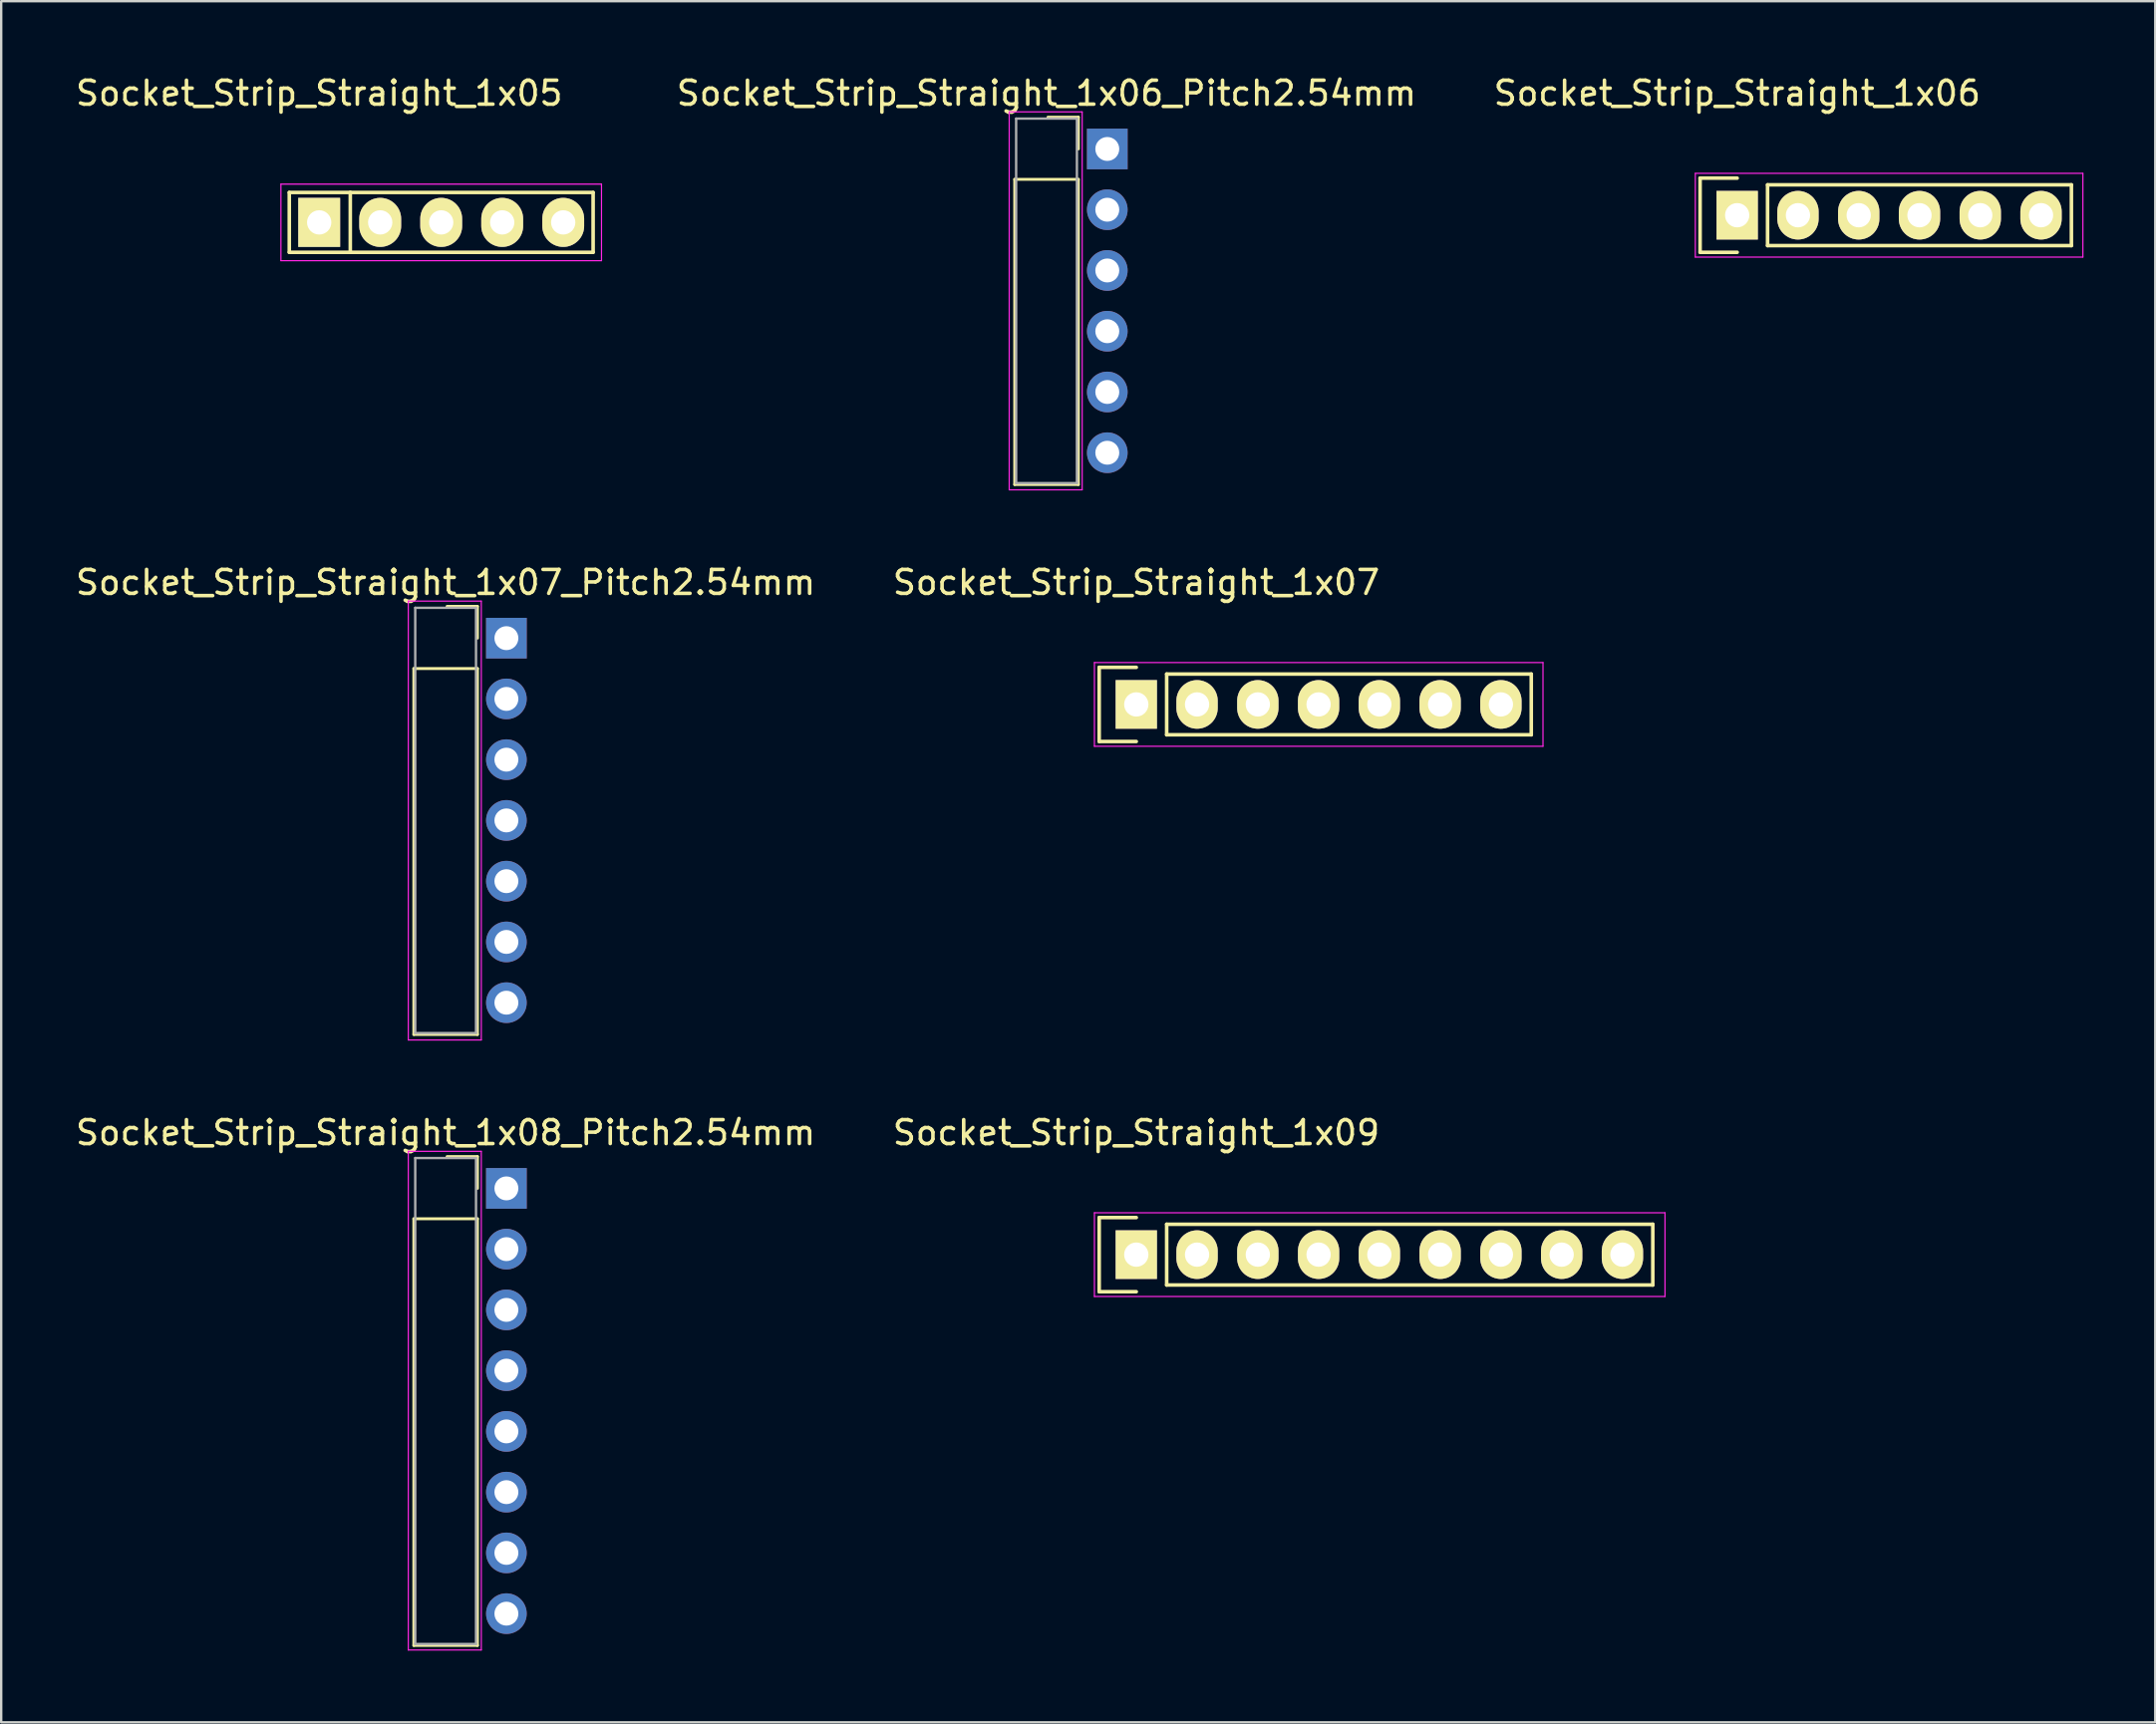
<source format=kicad_pcb>
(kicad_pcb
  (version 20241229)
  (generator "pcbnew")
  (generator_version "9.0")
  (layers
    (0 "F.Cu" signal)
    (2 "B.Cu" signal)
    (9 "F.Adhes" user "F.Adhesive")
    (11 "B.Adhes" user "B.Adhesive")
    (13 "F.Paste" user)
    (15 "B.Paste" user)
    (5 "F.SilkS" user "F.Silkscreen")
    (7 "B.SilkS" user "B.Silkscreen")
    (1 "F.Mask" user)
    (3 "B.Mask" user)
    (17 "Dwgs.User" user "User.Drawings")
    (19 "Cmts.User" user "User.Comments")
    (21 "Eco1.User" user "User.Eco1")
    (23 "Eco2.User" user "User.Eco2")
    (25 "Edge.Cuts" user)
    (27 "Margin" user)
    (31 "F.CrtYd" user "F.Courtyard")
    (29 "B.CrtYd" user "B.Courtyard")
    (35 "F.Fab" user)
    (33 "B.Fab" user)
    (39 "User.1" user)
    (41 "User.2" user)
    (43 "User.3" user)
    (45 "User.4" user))
  (footprint "Socket_Strip_Straight_1x06_Pitch2.54mm"
    (layer "F.Cu")
    (at 43.234 3.178)
    (property "Reference" "Socket_Strip_Straight_1x06_Pitch2.54mm" (at -2.54 -2.33 0) (layer "F.SilkS") (effects (font (size 1 1) (thickness 0.15))))
    (attr through_hole)
    (fp_line (start -3.87 1.27) (end -3.87 14.03) (stroke (width 0.12) (type solid)) (layer "F.SilkS"))
    (fp_line (start -3.87 14.03) (end -1.21 14.03) (stroke (width 0.12) (type solid)) (layer "F.SilkS"))
    (fp_line (start -1.21 -1.33) (end -2.48 -1.33) (stroke (width 0.12) (type solid)) (layer "F.SilkS"))
    (fp_line (start -1.21 0) (end -1.21 -1.33) (stroke (width 0.12) (type solid)) (layer "F.SilkS"))
    (fp_line (start -1.21 1.27) (end -3.87 1.27) (stroke (width 0.12) (type solid)) (layer "F.SilkS"))
    (fp_line (start -1.21 14.03) (end -1.21 1.27) (stroke (width 0.12) (type solid)) (layer "F.SilkS"))
    (fp_line (start -4.1 -1.55) (end -4.1 14.25) (stroke (width 0.05) (type solid)) (layer "F.CrtYd"))
    (fp_line (start -4.1 14.25) (end -1.05 14.25) (stroke (width 0.05) (type solid)) (layer "F.CrtYd"))
    (fp_line (start -1.05 -1.55) (end -4.1 -1.55) (stroke (width 0.05) (type solid)) (layer "F.CrtYd"))
    (fp_line (start -1.05 14.25) (end -1.05 -1.55) (stroke (width 0.05) (type solid)) (layer "F.CrtYd"))
    (fp_line (start -3.81 -1.27) (end -3.81 13.97) (stroke (width 0.1) (type solid)) (layer "F.Fab"))
    (fp_line (start -3.81 13.97) (end -1.27 13.97) (stroke (width 0.1) (type solid)) (layer "F.Fab"))
    (fp_line (start -1.27 -1.27) (end -3.81 -1.27) (stroke (width 0.1) (type solid)) (layer "F.Fab"))
    (fp_line (start -1.27 13.97) (end -1.27 -1.27) (stroke (width 0.1) (type solid)) (layer "F.Fab"))
    (pad "1" thru_hole rect (at 0 0) (size 1.7 1.7) (drill 1) (layers "*.Cu" "*.Mask"))
    (pad "2" thru_hole oval (at 0 2.54) (size 1.7 1.7) (drill 1) (layers "*.Cu" "*.Mask"))
    (pad "3" thru_hole oval (at 0 5.08) (size 1.7 1.7) (drill 1) (layers "*.Cu" "*.Mask"))
    (pad "4" thru_hole oval (at 0 7.62) (size 1.7 1.7) (drill 1) (layers "*.Cu" "*.Mask"))
    (pad "5" thru_hole oval (at 0 10.16) (size 1.7 1.7) (drill 1) (layers "*.Cu" "*.Mask"))
    (pad "6" thru_hole oval (at 0 12.7) (size 1.7 1.7) (drill 1) (layers "*.Cu" "*.Mask")))
  (footprint "Socket_Strip_Straight_1x07_Pitch2.54mm"
    (layer "F.Cu")
    (at 18.117 23.631)
    (property "Reference" "Socket_Strip_Straight_1x07_Pitch2.54mm" (at -2.54 -2.33 0) (layer "F.SilkS") (effects (font (size 1 1) (thickness 0.15))))
    (attr through_hole)
    (fp_line (start -3.87 1.27) (end -3.87 16.57) (stroke (width 0.12) (type solid)) (layer "F.SilkS"))
    (fp_line (start -3.87 16.57) (end -1.21 16.57) (stroke (width 0.12) (type solid)) (layer "F.SilkS"))
    (fp_line (start -1.21 -1.33) (end -2.48 -1.33) (stroke (width 0.12) (type solid)) (layer "F.SilkS"))
    (fp_line (start -1.21 0) (end -1.21 -1.33) (stroke (width 0.12) (type solid)) (layer "F.SilkS"))
    (fp_line (start -1.21 1.27) (end -3.87 1.27) (stroke (width 0.12) (type solid)) (layer "F.SilkS"))
    (fp_line (start -1.21 16.57) (end -1.21 1.27) (stroke (width 0.12) (type solid)) (layer "F.SilkS"))
    (fp_line (start -4.1 -1.55) (end -4.1 16.8) (stroke (width 0.05) (type solid)) (layer "F.CrtYd"))
    (fp_line (start -4.1 16.8) (end -1.05 16.8) (stroke (width 0.05) (type solid)) (layer "F.CrtYd"))
    (fp_line (start -1.05 -1.55) (end -4.1 -1.55) (stroke (width 0.05) (type solid)) (layer "F.CrtYd"))
    (fp_line (start -1.05 16.8) (end -1.05 -1.55) (stroke (width 0.05) (type solid)) (layer "F.CrtYd"))
    (fp_line (start -3.81 -1.27) (end -3.81 16.51) (stroke (width 0.1) (type solid)) (layer "F.Fab"))
    (fp_line (start -3.81 16.51) (end -1.27 16.51) (stroke (width 0.1) (type solid)) (layer "F.Fab"))
    (fp_line (start -1.27 -1.27) (end -3.81 -1.27) (stroke (width 0.1) (type solid)) (layer "F.Fab"))
    (fp_line (start -1.27 16.51) (end -1.27 -1.27) (stroke (width 0.1) (type solid)) (layer "F.Fab"))
    (pad "1" thru_hole rect (at 0 0) (size 1.7 1.7) (drill 1) (layers "*.Cu" "*.Mask"))
    (pad "2" thru_hole oval (at 0 2.54) (size 1.7 1.7) (drill 1) (layers "*.Cu" "*.Mask"))
    (pad "3" thru_hole oval (at 0 5.08) (size 1.7 1.7) (drill 1) (layers "*.Cu" "*.Mask"))
    (pad "4" thru_hole oval (at 0 7.62) (size 1.7 1.7) (drill 1) (layers "*.Cu" "*.Mask"))
    (pad "5" thru_hole oval (at 0 10.16) (size 1.7 1.7) (drill 1) (layers "*.Cu" "*.Mask"))
    (pad "6" thru_hole oval (at 0 12.7) (size 1.7 1.7) (drill 1) (layers "*.Cu" "*.Mask"))
    (pad "7" thru_hole oval (at 0 15.24) (size 1.7 1.7) (drill 1) (layers "*.Cu" "*.Mask")))
  (footprint "Socket_Strip_Straight_1x05"
    (layer "F.Cu")
    (at 10.292 6.248)
    (property "Reference" "Socket_Strip_Straight_1x05" (at 0 -5.4 0) (layer "F.SilkS") (effects (font (size 1 1) (thickness 0.15))))
    (attr through_hole)
    (fp_line (start -1.25 -1.25) (end 1.3 -1.25) (stroke (width 0.15) (type solid)) (layer "F.SilkS"))
    (fp_line (start -1.25 1.25) (end -1.25 -1.25) (stroke (width 0.15) (type solid)) (layer "F.SilkS"))
    (fp_line (start -1.25 1.25) (end 1.3 1.25) (stroke (width 0.15) (type solid)) (layer "F.SilkS"))
    (fp_line (start 1.3 1.25) (end 1.3 -1.25) (stroke (width 0.15) (type solid)) (layer "F.SilkS"))
    (fp_line (start 1.3 1.25) (end 11.45 1.25) (stroke (width 0.15) (type solid)) (layer "F.SilkS"))
    (fp_line (start 11.45 -1.25) (end 1.3 -1.25) (stroke (width 0.15) (type solid)) (layer "F.SilkS"))
    (fp_line (start 11.45 1.25) (end 11.45 -1.25) (stroke (width 0.15) (type solid)) (layer "F.SilkS"))
    (fp_line (start -1.6 -1.6) (end -1.6 1.6) (stroke (width 0.05) (type solid)) (layer "F.CrtYd"))
    (fp_line (start -1.6 -1.6) (end 11.8 -1.6) (stroke (width 0.05) (type solid)) (layer "F.CrtYd"))
    (fp_line (start -1.6 1.6) (end 11.8 1.6) (stroke (width 0.05) (type solid)) (layer "F.CrtYd"))
    (fp_line (start 11.8 -1.6) (end 11.8 1.6) (stroke (width 0.05) (type solid)) (layer "F.CrtYd"))
    (pad "1" thru_hole rect (at 0 0) (size 1.75 2.05) (drill 1.016) (layers "*.Cu" "*.Mask" "F.SilkS"))
    (pad "2" thru_hole oval (at 2.55 0) (size 1.75 2.05) (drill 1.016) (layers "*.Cu" "*.Mask" "F.SilkS"))
    (pad "3" thru_hole oval (at 5.1 0) (size 1.75 2.05) (drill 1.016) (layers "*.Cu" "*.Mask" "F.SilkS"))
    (pad "4" thru_hole oval (at 7.65 0) (size 1.75 2.05) (drill 1.016) (layers "*.Cu" "*.Mask" "F.SilkS"))
    (pad "5" thru_hole oval (at 10.2 0) (size 1.75 2.05) (drill 1.016) (layers "*.Cu" "*.Mask" "F.SilkS")))
  (footprint "Socket_Strip_Straight_1x08_Pitch2.54mm"
    (layer "F.Cu")
    (at 18.117 46.635)
    (property "Reference" "Socket_Strip_Straight_1x08_Pitch2.54mm" (at -2.54 -2.33 0) (layer "F.SilkS") (effects (font (size 1 1) (thickness 0.15))))
    (attr through_hole)
    (fp_line (start -3.87 1.27) (end -3.87 19.11) (stroke (width 0.12) (type solid)) (layer "F.SilkS"))
    (fp_line (start -3.87 19.11) (end -1.21 19.11) (stroke (width 0.12) (type solid)) (layer "F.SilkS"))
    (fp_line (start -1.21 -1.33) (end -2.48 -1.33) (stroke (width 0.12) (type solid)) (layer "F.SilkS"))
    (fp_line (start -1.21 0) (end -1.21 -1.33) (stroke (width 0.12) (type solid)) (layer "F.SilkS"))
    (fp_line (start -1.21 1.27) (end -3.87 1.27) (stroke (width 0.12) (type solid)) (layer "F.SilkS"))
    (fp_line (start -1.21 19.11) (end -1.21 1.27) (stroke (width 0.12) (type solid)) (layer "F.SilkS"))
    (fp_line (start -4.1 -1.55) (end -4.1 19.3) (stroke (width 0.05) (type solid)) (layer "F.CrtYd"))
    (fp_line (start -4.1 19.3) (end -1.05 19.3) (stroke (width 0.05) (type solid)) (layer "F.CrtYd"))
    (fp_line (start -1.05 -1.55) (end -4.1 -1.55) (stroke (width 0.05) (type solid)) (layer "F.CrtYd"))
    (fp_line (start -1.05 19.3) (end -1.05 -1.55) (stroke (width 0.05) (type solid)) (layer "F.CrtYd"))
    (fp_line (start -3.81 -1.27) (end -3.81 19.05) (stroke (width 0.1) (type solid)) (layer "F.Fab"))
    (fp_line (start -3.81 19.05) (end -1.27 19.05) (stroke (width 0.1) (type solid)) (layer "F.Fab"))
    (fp_line (start -1.27 -1.27) (end -3.81 -1.27) (stroke (width 0.1) (type solid)) (layer "F.Fab"))
    (fp_line (start -1.27 19.05) (end -1.27 -1.27) (stroke (width 0.1) (type solid)) (layer "F.Fab"))
    (pad "1" thru_hole rect (at 0 0) (size 1.7 1.7) (drill 1) (layers "*.Cu" "*.Mask"))
    (pad "2" thru_hole oval (at 0 2.54) (size 1.7 1.7) (drill 1) (layers "*.Cu" "*.Mask"))
    (pad "3" thru_hole oval (at 0 5.08) (size 1.7 1.7) (drill 1) (layers "*.Cu" "*.Mask"))
    (pad "4" thru_hole oval (at 0 7.62) (size 1.7 1.7) (drill 1) (layers "*.Cu" "*.Mask"))
    (pad "5" thru_hole oval (at 0 10.16) (size 1.7 1.7) (drill 1) (layers "*.Cu" "*.Mask"))
    (pad "6" thru_hole oval (at 0 12.7) (size 1.7 1.7) (drill 1) (layers "*.Cu" "*.Mask"))
    (pad "7" thru_hole oval (at 0 15.24) (size 1.7 1.7) (drill 1) (layers "*.Cu" "*.Mask"))
    (pad "8" thru_hole oval (at 0 17.78) (size 1.7 1.7) (drill 1) (layers "*.Cu" "*.Mask")))
  (footprint "Socket_Strip_Straight_1x09"
    (layer "F.Cu")
    (at 44.446 49.405)
    (property "Reference" "Socket_Strip_Straight_1x09" (at 0 -5.1 0) (layer "F.SilkS") (effects (font (size 1 1) (thickness 0.15))))
    (attr through_hole)
    (fp_line (start -1.55 -1.55) (end -1.55 1.55) (stroke (width 0.15) (type solid)) (layer "F.SilkS"))
    (fp_line (start -1.55 1.55) (end 0 1.55) (stroke (width 0.15) (type solid)) (layer "F.SilkS"))
    (fp_line (start 0 -1.55) (end -1.55 -1.55) (stroke (width 0.15) (type solid)) (layer "F.SilkS"))
    (fp_line (start 1.27 1.27) (end 1.27 -1.27) (stroke (width 0.15) (type solid)) (layer "F.SilkS"))
    (fp_line (start 1.27 1.27) (end 21.59 1.27) (stroke (width 0.15) (type solid)) (layer "F.SilkS"))
    (fp_line (start 21.59 -1.27) (end 1.27 -1.27) (stroke (width 0.15) (type solid)) (layer "F.SilkS"))
    (fp_line (start 21.59 1.27) (end 21.59 -1.27) (stroke (width 0.15) (type solid)) (layer "F.SilkS"))
    (fp_line (start -1.75 -1.75) (end -1.75 1.75) (stroke (width 0.05) (type solid)) (layer "F.CrtYd"))
    (fp_line (start -1.75 -1.75) (end 22.1 -1.75) (stroke (width 0.05) (type solid)) (layer "F.CrtYd"))
    (fp_line (start -1.75 1.75) (end 22.1 1.75) (stroke (width 0.05) (type solid)) (layer "F.CrtYd"))
    (fp_line (start 22.1 -1.75) (end 22.1 1.75) (stroke (width 0.05) (type solid)) (layer "F.CrtYd"))
    (pad "1" thru_hole rect (at 0 0) (size 1.727 2.032) (drill 1.016) (layers "*.Cu" "*.Mask" "F.SilkS"))
    (pad "2" thru_hole oval (at 2.54 0) (size 1.727 2.032) (drill 1.016) (layers "*.Cu" "*.Mask" "F.SilkS"))
    (pad "3" thru_hole oval (at 5.08 0) (size 1.727 2.032) (drill 1.016) (layers "*.Cu" "*.Mask" "F.SilkS"))
    (pad "4" thru_hole oval (at 7.62 0) (size 1.727 2.032) (drill 1.016) (layers "*.Cu" "*.Mask" "F.SilkS"))
    (pad "5" thru_hole oval (at 10.16 0) (size 1.727 2.032) (drill 1.016) (layers "*.Cu" "*.Mask" "F.SilkS"))
    (pad "6" thru_hole oval (at 12.7 0) (size 1.727 2.032) (drill 1.016) (layers "*.Cu" "*.Mask" "F.SilkS"))
    (pad "7" thru_hole oval (at 15.24 0) (size 1.727 2.032) (drill 1.016) (layers "*.Cu" "*.Mask" "F.SilkS"))
    (pad "8" thru_hole oval (at 17.78 0) (size 1.727 2.032) (drill 1.016) (layers "*.Cu" "*.Mask" "F.SilkS"))
    (pad "9" thru_hole oval (at 20.32 0) (size 1.727 2.032) (drill 1.016) (layers "*.Cu" "*.Mask" "F.SilkS")))
  (footprint "Socket_Strip_Straight_1x07"
    (layer "F.Cu")
    (at 44.446 26.401)
    (property "Reference" "Socket_Strip_Straight_1x07" (at 0 -5.1 0) (layer "F.SilkS") (effects (font (size 1 1) (thickness 0.15))))
    (attr through_hole)
    (fp_line (start -1.55 -1.55) (end -1.55 1.55) (stroke (width 0.15) (type solid)) (layer "F.SilkS"))
    (fp_line (start -1.55 1.55) (end 0 1.55) (stroke (width 0.15) (type solid)) (layer "F.SilkS"))
    (fp_line (start 0 -1.55) (end -1.55 -1.55) (stroke (width 0.15) (type solid)) (layer "F.SilkS"))
    (fp_line (start 1.27 1.27) (end 1.27 -1.27) (stroke (width 0.15) (type solid)) (layer "F.SilkS"))
    (fp_line (start 1.27 1.27) (end 16.51 1.27) (stroke (width 0.15) (type solid)) (layer "F.SilkS"))
    (fp_line (start 16.51 -1.27) (end 1.27 -1.27) (stroke (width 0.15) (type solid)) (layer "F.SilkS"))
    (fp_line (start 16.51 1.27) (end 16.51 -1.27) (stroke (width 0.15) (type solid)) (layer "F.SilkS"))
    (fp_line (start -1.75 -1.75) (end -1.75 1.75) (stroke (width 0.05) (type solid)) (layer "F.CrtYd"))
    (fp_line (start -1.75 -1.75) (end 17 -1.75) (stroke (width 0.05) (type solid)) (layer "F.CrtYd"))
    (fp_line (start -1.75 1.75) (end 17 1.75) (stroke (width 0.05) (type solid)) (layer "F.CrtYd"))
    (fp_line (start 17 -1.75) (end 17 1.75) (stroke (width 0.05) (type solid)) (layer "F.CrtYd"))
    (pad "1" thru_hole rect (at 0 0) (size 1.727 2.032) (drill 1.016) (layers "*.Cu" "*.Mask" "F.SilkS"))
    (pad "2" thru_hole oval (at 2.54 0) (size 1.727 2.032) (drill 1.016) (layers "*.Cu" "*.Mask" "F.SilkS"))
    (pad "3" thru_hole oval (at 5.08 0) (size 1.727 2.032) (drill 1.016) (layers "*.Cu" "*.Mask" "F.SilkS"))
    (pad "4" thru_hole oval (at 7.62 0) (size 1.727 2.032) (drill 1.016) (layers "*.Cu" "*.Mask" "F.SilkS"))
    (pad "5" thru_hole oval (at 10.16 0) (size 1.727 2.032) (drill 1.016) (layers "*.Cu" "*.Mask" "F.SilkS"))
    (pad "6" thru_hole oval (at 12.7 0) (size 1.727 2.032) (drill 1.016) (layers "*.Cu" "*.Mask" "F.SilkS"))
    (pad "7" thru_hole oval (at 15.24 0) (size 1.727 2.032) (drill 1.016) (layers "*.Cu" "*.Mask" "F.SilkS")))
  (footprint "Socket_Strip_Straight_1x06"
    (layer "F.Cu")
    (at 69.563 5.948)
    (property "Reference" "Socket_Strip_Straight_1x06" (at 0 -5.1 0) (layer "F.SilkS") (effects (font (size 1 1) (thickness 0.15))))
    (attr through_hole)
    (fp_line (start -1.55 -1.55) (end -1.55 1.55) (stroke (width 0.15) (type solid)) (layer "F.SilkS"))
    (fp_line (start -1.55 1.55) (end 0 1.55) (stroke (width 0.15) (type solid)) (layer "F.SilkS"))
    (fp_line (start 0 -1.55) (end -1.55 -1.55) (stroke (width 0.15) (type solid)) (layer "F.SilkS"))
    (fp_line (start 1.27 1.27) (end 1.27 -1.27) (stroke (width 0.15) (type solid)) (layer "F.SilkS"))
    (fp_line (start 1.27 1.27) (end 13.97 1.27) (stroke (width 0.15) (type solid)) (layer "F.SilkS"))
    (fp_line (start 13.97 -1.27) (end 1.27 -1.27) (stroke (width 0.15) (type solid)) (layer "F.SilkS"))
    (fp_line (start 13.97 1.27) (end 13.97 -1.27) (stroke (width 0.15) (type solid)) (layer "F.SilkS"))
    (fp_line (start -1.75 -1.75) (end -1.75 1.75) (stroke (width 0.05) (type solid)) (layer "F.CrtYd"))
    (fp_line (start -1.75 -1.75) (end 14.45 -1.75) (stroke (width 0.05) (type solid)) (layer "F.CrtYd"))
    (fp_line (start -1.75 1.75) (end 14.45 1.75) (stroke (width 0.05) (type solid)) (layer "F.CrtYd"))
    (fp_line (start 14.45 -1.75) (end 14.45 1.75) (stroke (width 0.05) (type solid)) (layer "F.CrtYd"))
    (pad "1" thru_hole rect (at 0 0) (size 1.727 2.032) (drill 1.016) (layers "*.Cu" "*.Mask" "F.SilkS"))
    (pad "2" thru_hole oval (at 2.54 0) (size 1.727 2.032) (drill 1.016) (layers "*.Cu" "*.Mask" "F.SilkS"))
    (pad "3" thru_hole oval (at 5.08 0) (size 1.727 2.032) (drill 1.016) (layers "*.Cu" "*.Mask" "F.SilkS"))
    (pad "4" thru_hole oval (at 7.62 0) (size 1.727 2.032) (drill 1.016) (layers "*.Cu" "*.Mask" "F.SilkS"))
    (pad "5" thru_hole oval (at 10.16 0) (size 1.727 2.032) (drill 1.016) (layers "*.Cu" "*.Mask" "F.SilkS"))
    (pad "6" thru_hole oval (at 12.7 0) (size 1.727 2.032) (drill 1.016) (layers "*.Cu" "*.Mask" "F.SilkS")))
  (gr_rect
    (start -3 -3)
    (end 87.038 68.96)
    (stroke (width 0.1) (type default))
    (fill no)
    (layer "Edge.Cuts")))
</source>
